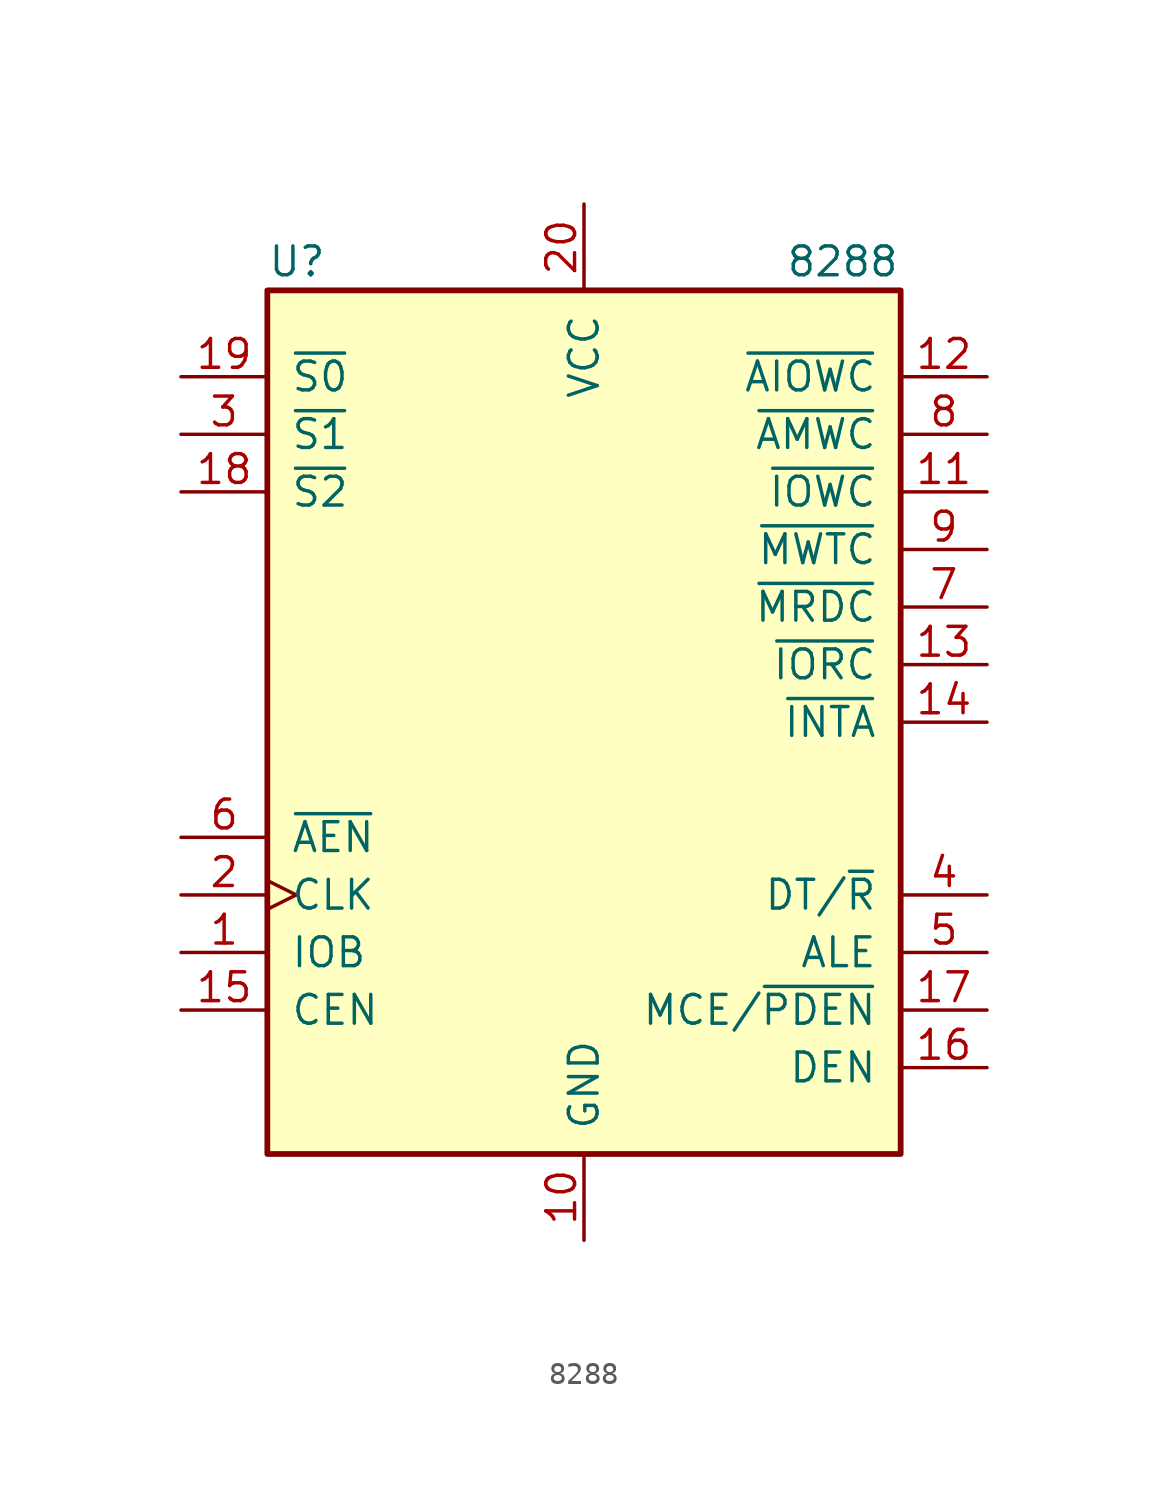
<source format=kicad_sym>
(kicad_symbol_lib
  (version 20211014)
  (generator kicad_symbol_editor)
  (symbol "8288"
    (pin_names
      (offset 1.016))
    (property "Reference" "U"
      (at -13.97 20.32 0)
      (effects (font (size 1.27 1.27)) (justify left)))
    (property "Value" "8288"
      (at 8.89 20.32 0)
      (effects (font (size 1.27 1.27)) (justify left)))
    (symbol "8288_0_0"
      (rectangle (start -13.97 -19.05) (end 13.97 19.05) (stroke (width 0.254) (type default) (color 0 0 0 0)) (fill (type background))))
    (symbol "8288_1_1"
      (pin input line (at -17.78 -10.16 0) (length 3.81) (name "IOB" (effects (font (size 1.27 1.27)))) (number "1" (effects (font (size 1.27 1.27)))))
      (pin power_in line (at 0 -22.86 90) (length 3.81) (name "GND" (effects (font (size 1.27 1.27)))) (number "10" (effects (font (size 1.27 1.27)))))
      (pin output line (at 17.78 10.16 180) (length 3.81) (name "~{IOWC}" (effects (font (size 1.27 1.27)))) (number "11" (effects (font (size 1.27 1.27)))))
      (pin output line (at 17.78 15.24 180) (length 3.81) (name "~{AIOWC}" (effects (font (size 1.27 1.27)))) (number "12" (effects (font (size 1.27 1.27)))))
      (pin output line (at 17.78 2.54 180) (length 3.81) (name "~{IORC}" (effects (font (size 1.27 1.27)))) (number "13" (effects (font (size 1.27 1.27)))))
      (pin output line (at 17.78 0 180) (length 3.81) (name "~{INTA}" (effects (font (size 1.27 1.27)))) (number "14" (effects (font (size 1.27 1.27)))))
      (pin input line (at -17.78 -12.7 0) (length 3.81) (name "CEN" (effects (font (size 1.27 1.27)))) (number "15" (effects (font (size 1.27 1.27)))))
      (pin output line (at 17.78 -15.24 180) (length 3.81) (name "DEN" (effects (font (size 1.27 1.27)))) (number "16" (effects (font (size 1.27 1.27)))))
      (pin output line (at 17.78 -12.7 180) (length 3.81) (name "MCE/~{PDEN}" (effects (font (size 1.27 1.27)))) (number "17" (effects (font (size 1.27 1.27)))))
      (pin input line (at -17.78 10.16 0) (length 3.81) (name "~{S2}" (effects (font (size 1.27 1.27)))) (number "18" (effects (font (size 1.27 1.27)))))
      (pin input line (at -17.78 15.24 0) (length 3.81) (name "~{S0}" (effects (font (size 1.27 1.27)))) (number "19" (effects (font (size 1.27 1.27)))))
      (pin input clock (at -17.78 -7.62 0) (length 3.81) (name "CLK" (effects (font (size 1.27 1.27)))) (number "2" (effects (font (size 1.27 1.27)))))
      (pin power_in line (at 0 22.86 270) (length 3.81) (name "VCC" (effects (font (size 1.27 1.27)))) (number "20" (effects (font (size 1.27 1.27)))))
      (pin input line (at -17.78 12.7 0) (length 3.81) (name "~{S1}" (effects (font (size 1.27 1.27)))) (number "3" (effects (font (size 1.27 1.27)))))
      (pin output line (at 17.78 -7.62 180) (length 3.81) (name "DT/~{R}" (effects (font (size 1.27 1.27)))) (number "4" (effects (font (size 1.27 1.27)))))
      (pin output line (at 17.78 -10.16 180) (length 3.81) (name "ALE" (effects (font (size 1.27 1.27)))) (number "5" (effects (font (size 1.27 1.27)))))
      (pin input line (at -17.78 -5.08 0) (length 3.81) (name "~{AEN}" (effects (font (size 1.27 1.27)))) (number "6" (effects (font (size 1.27 1.27)))))
      (pin output line (at 17.78 5.08 180) (length 3.81) (name "~{MRDC}" (effects (font (size 1.27 1.27)))) (number "7" (effects (font (size 1.27 1.27)))))
      (pin output line (at 17.78 12.7 180) (length 3.81) (name "~{AMWC}" (effects (font (size 1.27 1.27)))) (number "8" (effects (font (size 1.27 1.27)))))
      (pin output line (at 17.78 7.62 180) (length 3.81) (name "~{MWTC}" (effects (font (size 1.27 1.27)))) (number "9" (effects (font (size 1.27 1.27))))))))
</source>
